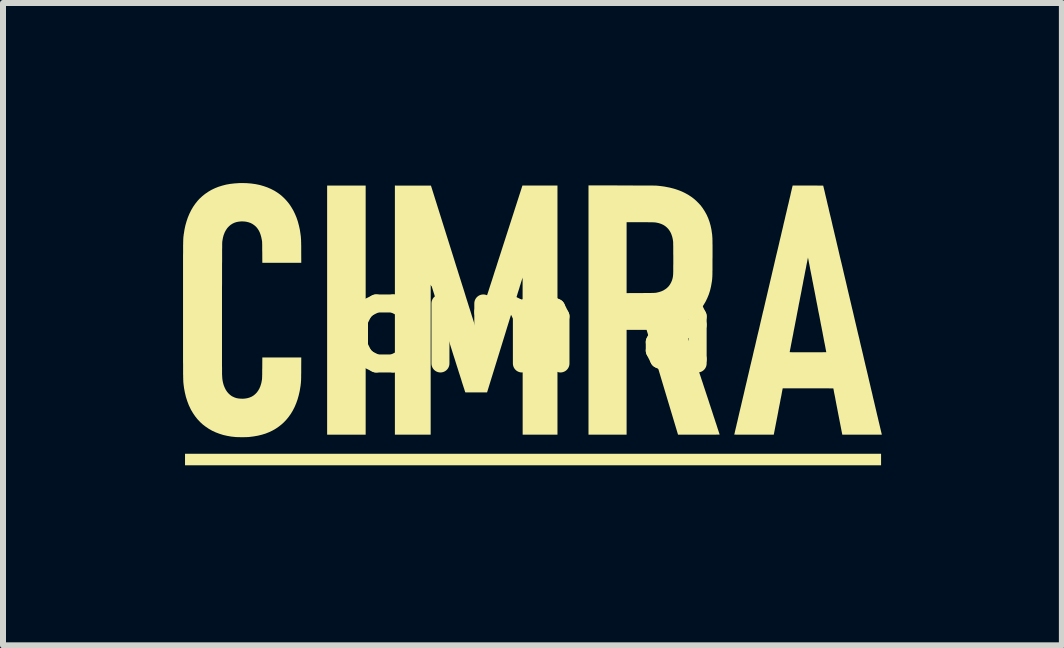
<source format=kicad_pcb>
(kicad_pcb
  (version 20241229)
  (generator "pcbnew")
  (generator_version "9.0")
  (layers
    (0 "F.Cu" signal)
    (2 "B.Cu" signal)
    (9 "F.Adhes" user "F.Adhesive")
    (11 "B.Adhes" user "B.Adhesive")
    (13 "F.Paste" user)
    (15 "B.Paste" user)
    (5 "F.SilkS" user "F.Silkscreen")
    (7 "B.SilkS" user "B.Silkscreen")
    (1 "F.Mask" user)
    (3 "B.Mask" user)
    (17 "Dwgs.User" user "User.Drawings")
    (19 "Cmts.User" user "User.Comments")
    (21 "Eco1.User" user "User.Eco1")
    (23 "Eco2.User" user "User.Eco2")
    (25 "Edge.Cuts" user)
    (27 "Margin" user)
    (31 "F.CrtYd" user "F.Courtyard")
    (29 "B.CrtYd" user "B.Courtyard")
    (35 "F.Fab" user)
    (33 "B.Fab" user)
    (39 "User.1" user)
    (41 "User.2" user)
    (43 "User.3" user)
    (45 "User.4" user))
  (footprint "cimra"
    (layer "F.Cu")
    (at 5.789 2.328)
    (property "Reference" "cimra" (at 0 0 0) (layer "F.SilkS") (effects (font (size 1.5 1.5) (thickness 0.3))))
    (attr board_only exclude_from_pos_files exclude_from_bom)
    (fp_poly (pts (xy -2.746 -0.21) (xy -2.746 1.865) (xy -3.067 1.865) (xy -3.388 1.865) (xy -3.388 -0.21) (xy -3.388 -2.286) (xy -3.067 -2.286) (xy -2.746 -2.286)) (stroke (width 0) (type solid)) (fill yes) (layer "F.SilkS"))
    (fp_poly (pts (xy 5.842 2.279) (xy 5.842 2.375) (xy 0.043 2.375) (xy -5.756 2.375) (xy -5.756 2.279) (xy -5.756 2.183) (xy 0.043 2.183) (xy 5.842 2.183)) (stroke (width 0) (type solid)) (fill yes) (layer "F.SilkS"))
    (fp_poly (pts (xy -1.958 -2.285) (xy -1.658 -2.285) (xy -1.282 -1.088) (xy -1.259 -1.014) (xy -1.236 -0.94) (xy -1.213 -0.868) (xy -1.191 -0.797) (xy -1.169 -0.728) (xy -1.148 -0.661) (xy -1.127 -0.595) (xy -1.107 -0.532) (xy -1.088 -0.47) (xy -1.07 -0.411) (xy -1.052 -0.355) (xy -1.035 -0.301) (xy -1.019 -0.25) (xy -1.003 -0.201) (xy -0.989 -0.156) (xy -0.976 -0.113) (xy -0.963 -0.074) (xy -0.952 -0.039) (xy -0.942 -0.007) (xy -0.933 0.021) (xy -0.925 0.046) (xy -0.918 0.067) (xy -0.913 0.083) (xy -0.909 0.095) (xy -0.907 0.103) (xy -0.905 0.106) (xy -0.905 0.106) (xy -0.905 0.104) (xy -0.902 0.097) (xy -0.899 0.086) (xy -0.893 0.07) (xy -0.887 0.05) (xy -0.879 0.026) (xy -0.87 -0.001) (xy -0.86 -0.033) (xy -0.849 -0.067) (xy -0.837 -0.106) (xy -0.823 -0.147) (xy -0.809 -0.192) (xy -0.793 -0.24) (xy -0.777 -0.291) (xy -0.76 -0.344) (xy -0.742 -0.4) (xy -0.723 -0.459) (xy -0.703 -0.519) (xy -0.683 -0.582) (xy -0.662 -0.647) (xy -0.64 -0.714) (xy -0.618 -0.783) (xy -0.596 -0.853) (xy -0.572 -0.925) (xy -0.549 -0.998) (xy -0.525 -1.073) (xy -0.519 -1.091) (xy -0.134 -2.286) (xy 0.158 -2.286) (xy 0.45 -2.286) (xy 0.45 -0.21) (xy 0.45 1.865) (xy 0.16 1.865) (xy -0.13 1.865) (xy -0.13 0.556) (xy -0.13 0.476) (xy -0.13 0.397) (xy -0.13 0.319) (xy -0.13 0.244) (xy -0.13 0.169) (xy -0.131 0.097) (xy -0.131 0.027) (xy -0.131 -0.042) (xy -0.131 -0.108) (xy -0.131 -0.172) (xy -0.131 -0.233) (xy -0.131 -0.291) (xy -0.131 -0.347) (xy -0.131 -0.4) (xy -0.131 -0.45) (xy -0.131 -0.496) (xy -0.131 -0.539) (xy -0.131 -0.579) (xy -0.131 -0.614) (xy -0.131 -0.647) (xy -0.131 -0.675) (xy -0.131 -0.699) (xy -0.131 -0.718) (xy -0.132 -0.734) (xy -0.132 -0.745) (xy -0.132 -0.751) (xy -0.132 -0.752) (xy -0.133 -0.75) (xy -0.135 -0.743) (xy -0.138 -0.732) (xy -0.143 -0.716) (xy -0.149 -0.696) (xy -0.157 -0.673) (xy -0.165 -0.645) (xy -0.175 -0.615) (xy -0.185 -0.58) (xy -0.197 -0.542) (xy -0.21 -0.502) (xy -0.223 -0.458) (xy -0.238 -0.411) (xy -0.253 -0.362) (xy -0.269 -0.31) (xy -0.286 -0.256) (xy -0.303 -0.199) (xy -0.321 -0.141) (xy -0.34 -0.081) (xy -0.359 -0.019) (xy -0.379 0.045) (xy -0.399 0.11) (xy -0.419 0.176) (xy -0.428 0.205) (xy -0.723 1.16) (xy -0.904 1.161) (xy -0.938 1.161) (xy -0.968 1.161) (xy -0.993 1.161) (xy -1.015 1.161) (xy -1.033 1.161) (xy -1.047 1.161) (xy -1.059 1.161) (xy -1.068 1.161) (xy -1.075 1.16) (xy -1.08 1.16) (xy -1.083 1.159) (xy -1.085 1.159) (xy -1.087 1.158) (xy -1.087 1.157) (xy -1.088 1.155) (xy -1.09 1.147) (xy -1.094 1.136) (xy -1.099 1.12) (xy -1.105 1.1) (xy -1.113 1.077) (xy -1.122 1.049) (xy -1.132 1.018) (xy -1.143 0.984) (xy -1.154 0.946) (xy -1.167 0.906) (xy -1.181 0.862) (xy -1.196 0.816) (xy -1.211 0.767) (xy -1.228 0.715) (xy -1.245 0.661) (xy -1.262 0.606) (xy -1.281 0.548) (xy -1.3 0.488) (xy -1.319 0.427) (xy -1.339 0.364) (xy -1.359 0.3) (xy -1.376 0.247) (xy -1.662 -0.658) (xy -1.663 0.604) (xy -1.663 1.865) (xy -1.961 1.865) (xy -2.259 1.865) (xy -2.259 -0.21) (xy -2.259 -2.286)) (stroke (width 0) (type solid)) (fill yes) (layer "F.SilkS"))
    (fp_poly (pts (xy 1.523 -2.288) (xy 1.591 -2.288) (xy 1.654 -2.288) (xy 1.712 -2.287) (xy 1.766 -2.287) (xy 1.815 -2.287) (xy 1.861 -2.287) (xy 1.902 -2.287) (xy 1.938 -2.287) (xy 1.971 -2.286) (xy 2 -2.286) (xy 2.026 -2.286) (xy 2.048 -2.286) (xy 2.066 -2.285) (xy 2.081 -2.285) (xy 2.093 -2.285) (xy 2.101 -2.284) (xy 2.107 -2.284) (xy 2.108 -2.284) (xy 2.138 -2.281) (xy 2.165 -2.278) (xy 2.189 -2.275) (xy 2.211 -2.272) (xy 2.232 -2.269) (xy 2.248 -2.266) (xy 2.321 -2.252) (xy 2.391 -2.234) (xy 2.458 -2.212) (xy 2.522 -2.187) (xy 2.582 -2.158) (xy 2.638 -2.126) (xy 2.692 -2.09) (xy 2.719 -2.069) (xy 2.735 -2.056) (xy 2.752 -2.041) (xy 2.771 -2.023) (xy 2.789 -2.005) (xy 2.807 -1.987) (xy 2.822 -1.97) (xy 2.833 -1.959) (xy 2.871 -1.908) (xy 2.905 -1.855) (xy 2.936 -1.799) (xy 2.962 -1.741) (xy 2.984 -1.68) (xy 3.002 -1.616) (xy 3.016 -1.549) (xy 3.025 -1.485) (xy 3.027 -1.473) (xy 3.028 -1.46) (xy 3.029 -1.447) (xy 3.03 -1.433) (xy 3.031 -1.419) (xy 3.032 -1.402) (xy 3.032 -1.385) (xy 3.033 -1.365) (xy 3.033 -1.343) (xy 3.033 -1.318) (xy 3.034 -1.291) (xy 3.034 -1.26) (xy 3.034 -1.226) (xy 3.034 -1.188) (xy 3.034 -1.146) (xy 3.034 -1.1) (xy 3.033 -1.062) (xy 3.033 -1.016) (xy 3.033 -0.976) (xy 3.033 -0.939) (xy 3.033 -0.907) (xy 3.033 -0.878) (xy 3.032 -0.852) (xy 3.032 -0.829) (xy 3.032 -0.809) (xy 3.031 -0.792) (xy 3.031 -0.776) (xy 3.03 -0.762) (xy 3.029 -0.749) (xy 3.028 -0.737) (xy 3.028 -0.727) (xy 3.026 -0.716) (xy 3.025 -0.705) (xy 3.024 -0.695) (xy 3.022 -0.683) (xy 3.02 -0.671) (xy 3.02 -0.671) (xy 3.008 -0.602) (xy 2.992 -0.536) (xy 2.972 -0.473) (xy 2.947 -0.412) (xy 2.919 -0.354) (xy 2.886 -0.298) (xy 2.85 -0.245) (xy 2.835 -0.226) (xy 2.824 -0.214) (xy 2.811 -0.198) (xy 2.795 -0.182) (xy 2.778 -0.165) (xy 2.761 -0.148) (xy 2.743 -0.131) (xy 2.728 -0.117) (xy 2.714 -0.105) (xy 2.709 -0.102) (xy 2.674 -0.075) (xy 2.639 -0.052) (xy 2.602 -0.03) (xy 2.57 -0.012) (xy 2.559 -0.006) (xy 2.551 -0.001) (xy 2.545 0.002) (xy 2.542 0.004) (xy 2.542 0.004) (xy 2.543 0.007) (xy 2.545 0.014) (xy 2.549 0.025) (xy 2.554 0.04) (xy 2.56 0.06) (xy 2.568 0.083) (xy 2.577 0.11) (xy 2.587 0.141) (xy 2.598 0.175) (xy 2.61 0.213) (xy 2.624 0.253) (xy 2.638 0.297) (xy 2.653 0.343) (xy 2.669 0.392) (xy 2.686 0.443) (xy 2.704 0.497) (xy 2.722 0.552) (xy 2.741 0.61) (xy 2.76 0.67) (xy 2.781 0.731) (xy 2.801 0.794) (xy 2.822 0.858) (xy 2.844 0.924) (xy 2.847 0.934) (xy 2.869 0.999) (xy 2.89 1.064) (xy 2.911 1.127) (xy 2.931 1.188) (xy 2.951 1.248) (xy 2.97 1.306) (xy 2.988 1.362) (xy 3.006 1.416) (xy 3.023 1.468) (xy 3.039 1.517) (xy 3.054 1.564) (xy 3.069 1.608) (xy 3.082 1.649) (xy 3.095 1.687) (xy 3.106 1.721) (xy 3.116 1.753) (xy 3.125 1.78) (xy 3.133 1.804) (xy 3.14 1.825) (xy 3.145 1.841) (xy 3.149 1.853) (xy 3.151 1.86) (xy 3.152 1.863) (xy 3.152 1.863) (xy 3.15 1.864) (xy 3.143 1.864) (xy 3.131 1.864) (xy 3.116 1.864) (xy 3.097 1.864) (xy 3.074 1.865) (xy 3.048 1.865) (xy 3.018 1.865) (xy 2.987 1.865) (xy 2.952 1.865) (xy 2.916 1.865) (xy 2.878 1.865) (xy 2.838 1.865) (xy 2.806 1.865) (xy 2.459 1.865) (xy 2.197 0.992) (xy 1.935 0.118) (xy 1.769 0.118) (xy 1.602 0.118) (xy 1.602 0.992) (xy 1.602 1.865) (xy 1.285 1.865) (xy 0.967 1.865) (xy 0.967 -0.212) (xy 0.967 -1.676) (xy 1.602 -1.676) (xy 1.602 -1.085) (xy 1.602 -0.494) (xy 1.835 -0.495) (xy 1.875 -0.495) (xy 1.91 -0.496) (xy 1.941 -0.496) (xy 1.968 -0.496) (xy 1.991 -0.496) (xy 2.011 -0.496) (xy 2.028 -0.497) (xy 2.042 -0.497) (xy 2.054 -0.497) (xy 2.064 -0.498) (xy 2.073 -0.498) (xy 2.08 -0.499) (xy 2.086 -0.499) (xy 2.091 -0.5) (xy 2.094 -0.5) (xy 2.137 -0.51) (xy 2.177 -0.522) (xy 2.213 -0.538) (xy 2.246 -0.558) (xy 2.276 -0.581) (xy 2.302 -0.607) (xy 2.324 -0.637) (xy 2.343 -0.67) (xy 2.358 -0.706) (xy 2.366 -0.732) (xy 2.368 -0.741) (xy 2.37 -0.748) (xy 2.371 -0.756) (xy 2.373 -0.763) (xy 2.374 -0.772) (xy 2.375 -0.781) (xy 2.376 -0.791) (xy 2.377 -0.802) (xy 2.378 -0.815) (xy 2.378 -0.83) (xy 2.379 -0.848) (xy 2.379 -0.868) (xy 2.379 -0.891) (xy 2.379 -0.918) (xy 2.379 -0.948) (xy 2.38 -0.982) (xy 2.38 -1.02) (xy 2.38 -1.062) (xy 2.38 -1.072) (xy 2.38 -1.114) (xy 2.379 -1.153) (xy 2.379 -1.189) (xy 2.379 -1.222) (xy 2.379 -1.252) (xy 2.379 -1.279) (xy 2.378 -1.302) (xy 2.378 -1.321) (xy 2.378 -1.336) (xy 2.377 -1.347) (xy 2.377 -1.352) (xy 2.371 -1.394) (xy 2.362 -1.433) (xy 2.35 -1.469) (xy 2.339 -1.496) (xy 2.32 -1.53) (xy 2.298 -1.561) (xy 2.273 -1.587) (xy 2.245 -1.611) (xy 2.213 -1.631) (xy 2.178 -1.647) (xy 2.139 -1.66) (xy 2.097 -1.669) (xy 2.092 -1.67) (xy 2.087 -1.671) (xy 2.081 -1.671) (xy 2.075 -1.672) (xy 2.068 -1.672) (xy 2.059 -1.673) (xy 2.048 -1.673) (xy 2.035 -1.674) (xy 2.019 -1.674) (xy 2.001 -1.674) (xy 1.98 -1.674) (xy 1.955 -1.675) (xy 1.926 -1.675) (xy 1.893 -1.675) (xy 1.856 -1.675) (xy 1.834 -1.675) (xy 1.602 -1.676) (xy 0.967 -1.676) (xy 0.967 -2.289)) (stroke (width 0) (type solid)) (fill yes) (layer "F.SilkS"))
    (fp_poly (pts (xy 4.658 -2.286) (xy 4.691 -2.286) (xy 4.723 -2.286) (xy 4.753 -2.286) (xy 4.78 -2.286) (xy 4.805 -2.285) (xy 4.827 -2.285) (xy 4.845 -2.285) (xy 4.859 -2.285) (xy 4.87 -2.285) (xy 4.876 -2.284) (xy 4.878 -2.284) (xy 4.879 -2.282) (xy 4.88 -2.275) (xy 4.883 -2.263) (xy 4.887 -2.247) (xy 4.892 -2.226) (xy 4.898 -2.201) (xy 4.905 -2.172) (xy 4.912 -2.14) (xy 4.921 -2.103) (xy 4.931 -2.062) (xy 4.941 -2.018) (xy 4.952 -1.97) (xy 4.965 -1.918) (xy 4.977 -1.863) (xy 4.991 -1.805) (xy 5.006 -1.744) (xy 5.021 -1.68) (xy 5.036 -1.613) (xy 5.053 -1.543) (xy 5.07 -1.47) (xy 5.088 -1.395) (xy 5.106 -1.317) (xy 5.125 -1.237) (xy 5.144 -1.154) (xy 5.164 -1.069) (xy 5.185 -0.983) (xy 5.206 -0.894) (xy 5.227 -0.803) (xy 5.249 -0.711) (xy 5.271 -0.617) (xy 5.293 -0.522) (xy 5.316 -0.425) (xy 5.339 -0.327) (xy 5.362 -0.228) (xy 5.366 -0.214) (xy 5.389 -0.115) (xy 5.412 -0.016) (xy 5.435 0.081) (xy 5.457 0.176) (xy 5.48 0.27) (xy 5.501 0.363) (xy 5.523 0.454) (xy 5.544 0.543) (xy 5.564 0.63) (xy 5.584 0.715) (xy 5.604 0.798) (xy 5.623 0.878) (xy 5.641 0.957) (xy 5.659 1.032) (xy 5.676 1.106) (xy 5.693 1.176) (xy 5.708 1.244) (xy 5.724 1.309) (xy 5.738 1.37) (xy 5.752 1.429) (xy 5.765 1.485) (xy 5.777 1.537) (xy 5.789 1.585) (xy 5.799 1.63) (xy 5.809 1.671) (xy 5.818 1.709) (xy 5.826 1.743) (xy 5.833 1.772) (xy 5.839 1.798) (xy 5.844 1.819) (xy 5.848 1.836) (xy 5.851 1.848) (xy 5.853 1.856) (xy 5.853 1.86) (xy 5.853 1.86) (xy 5.855 1.865) (xy 5.525 1.865) (xy 5.196 1.865) (xy 5.121 1.481) (xy 5.113 1.438) (xy 5.105 1.397) (xy 5.097 1.357) (xy 5.09 1.319) (xy 5.083 1.283) (xy 5.077 1.249) (xy 5.071 1.218) (xy 5.065 1.19) (xy 5.06 1.165) (xy 5.056 1.143) (xy 5.053 1.125) (xy 5.05 1.111) (xy 5.048 1.101) (xy 5.047 1.096) (xy 5.047 1.094) (xy 5.045 1.094) (xy 5.037 1.094) (xy 5.026 1.094) (xy 5.01 1.094) (xy 4.991 1.094) (xy 4.967 1.093) (xy 4.941 1.093) (xy 4.911 1.093) (xy 4.878 1.093) (xy 4.843 1.093) (xy 4.805 1.093) (xy 4.765 1.093) (xy 4.723 1.093) (xy 4.68 1.093) (xy 4.635 1.093) (xy 4.625 1.093) (xy 4.203 1.093) (xy 4.201 1.103) (xy 4.2 1.107) (xy 4.199 1.115) (xy 4.196 1.127) (xy 4.193 1.144) (xy 4.189 1.164) (xy 4.185 1.188) (xy 4.18 1.215) (xy 4.174 1.245) (xy 4.167 1.277) (xy 4.161 1.312) (xy 4.154 1.349) (xy 4.146 1.388) (xy 4.138 1.429) (xy 4.13 1.471) (xy 4.127 1.49) (xy 4.054 1.865) (xy 3.725 1.865) (xy 3.685 1.865) (xy 3.647 1.865) (xy 3.61 1.865) (xy 3.575 1.865) (xy 3.543 1.865) (xy 3.512 1.865) (xy 3.485 1.865) (xy 3.461 1.865) (xy 3.44 1.865) (xy 3.423 1.864) (xy 3.41 1.864) (xy 3.401 1.864) (xy 3.396 1.864) (xy 3.396 1.864) (xy 3.396 1.861) (xy 3.398 1.854) (xy 3.401 1.843) (xy 3.405 1.826) (xy 3.409 1.806) (xy 3.415 1.781) (xy 3.422 1.752) (xy 3.43 1.719) (xy 3.438 1.682) (xy 3.448 1.642) (xy 3.458 1.597) (xy 3.469 1.55) (xy 3.481 1.498) (xy 3.494 1.443) (xy 3.508 1.385) (xy 3.522 1.324) (xy 3.537 1.26) (xy 3.553 1.193) (xy 3.569 1.123) (xy 3.586 1.05) (xy 3.604 0.975) (xy 3.622 0.897) (xy 3.641 0.817) (xy 3.66 0.734) (xy 3.68 0.65) (xy 3.701 0.563) (xy 3.718 0.488) (xy 4.319 0.488) (xy 4.319 0.488) (xy 4.32 0.489) (xy 4.321 0.49) (xy 4.324 0.49) (xy 4.327 0.49) (xy 4.333 0.491) (xy 4.34 0.491) (xy 4.349 0.491) (xy 4.361 0.492) (xy 4.375 0.492) (xy 4.392 0.492) (xy 4.412 0.492) (xy 4.435 0.492) (xy 4.462 0.492) (xy 4.493 0.492) (xy 4.528 0.492) (xy 4.567 0.492) (xy 4.611 0.492) (xy 4.623 0.492) (xy 4.662 0.492) (xy 4.699 0.492) (xy 4.734 0.492) (xy 4.767 0.492) (xy 4.798 0.492) (xy 4.827 0.492) (xy 4.852 0.492) (xy 4.875 0.491) (xy 4.894 0.491) (xy 4.909 0.491) (xy 4.92 0.491) (xy 4.927 0.491) (xy 4.929 0.49) (xy 4.929 0.488) (xy 4.927 0.48) (xy 4.925 0.469) (xy 4.922 0.453) (xy 4.918 0.433) (xy 4.914 0.41) (xy 4.909 0.383) (xy 4.903 0.352) (xy 4.896 0.319) (xy 4.889 0.283) (xy 4.882 0.244) (xy 4.874 0.203) (xy 4.866 0.159) (xy 4.857 0.114) (xy 4.848 0.066) (xy 4.838 0.018) (xy 4.829 -0.032) (xy 4.819 -0.084) (xy 4.809 -0.136) (xy 4.798 -0.188) (xy 4.788 -0.242) (xy 4.778 -0.295) (xy 4.767 -0.349) (xy 4.757 -0.402) (xy 4.747 -0.455) (xy 4.737 -0.507) (xy 4.727 -0.558) (xy 4.717 -0.608) (xy 4.708 -0.657) (xy 4.698 -0.704) (xy 4.69 -0.75) (xy 4.681 -0.794) (xy 4.673 -0.835) (xy 4.665 -0.874) (xy 4.658 -0.911) (xy 4.652 -0.945) (xy 4.646 -0.975) (xy 4.64 -1.003) (xy 4.636 -1.026) (xy 4.632 -1.047) (xy 4.629 -1.063) (xy 4.626 -1.075) (xy 4.625 -1.083) (xy 4.624 -1.086) (xy 4.624 -1.086) (xy 4.623 -1.083) (xy 4.622 -1.077) (xy 4.62 -1.065) (xy 4.616 -1.049) (xy 4.613 -1.03) (xy 4.608 -1.006) (xy 4.602 -0.978) (xy 4.596 -0.947) (xy 4.59 -0.913) (xy 4.582 -0.875) (xy 4.574 -0.834) (xy 4.566 -0.791) (xy 4.557 -0.745) (xy 4.547 -0.696) (xy 4.538 -0.645) (xy 4.527 -0.591) (xy 4.517 -0.536) (xy 4.506 -0.479) (xy 4.494 -0.42) (xy 4.483 -0.36) (xy 4.471 -0.302) (xy 4.46 -0.241) (xy 4.448 -0.18) (xy 4.437 -0.122) (xy 4.426 -0.065) (xy 4.415 -0.009) (xy 4.405 0.044) (xy 4.395 0.095) (xy 4.385 0.144) (xy 4.377 0.191) (xy 4.368 0.235) (xy 4.36 0.275) (xy 4.353 0.313) (xy 4.346 0.348) (xy 4.34 0.379) (xy 4.335 0.407) (xy 4.33 0.431) (xy 4.326 0.451) (xy 4.323 0.467) (xy 4.321 0.478) (xy 4.32 0.485) (xy 4.319 0.488) (xy 3.718 0.488) (xy 3.721 0.474) (xy 3.743 0.384) (xy 3.764 0.292) (xy 3.786 0.198) (xy 3.809 0.103) (xy 3.831 0.006) (xy 3.854 -0.092) (xy 3.877 -0.191) (xy 3.88 -0.2) (xy 3.903 -0.299) (xy 3.926 -0.398) (xy 3.949 -0.495) (xy 3.971 -0.59) (xy 3.993 -0.684) (xy 4.015 -0.777) (xy 4.036 -0.868) (xy 4.057 -0.957) (xy 4.077 -1.044) (xy 4.097 -1.129) (xy 4.117 -1.212) (xy 4.136 -1.292) (xy 4.154 -1.371) (xy 4.172 -1.446) (xy 4.189 -1.52) (xy 4.206 -1.59) (xy 4.221 -1.658) (xy 4.237 -1.723) (xy 4.251 -1.785) (xy 4.265 -1.843) (xy 4.278 -1.899) (xy 4.29 -1.951) (xy 4.302 -1.999) (xy 4.312 -2.044) (xy 4.322 -2.086) (xy 4.331 -2.123) (xy 4.338 -2.157) (xy 4.345 -2.187) (xy 4.351 -2.212) (xy 4.356 -2.234) (xy 4.36 -2.251) (xy 4.363 -2.263) (xy 4.365 -2.271) (xy 4.366 -2.274) (xy 4.366 -2.274) (xy 4.369 -2.286) (xy 4.623 -2.286)) (stroke (width 0) (type solid)) (fill yes) (layer "F.SilkS"))
    (fp_poly (pts (xy -4.727 -2.326) (xy -4.653 -2.32) (xy -4.581 -2.31) (xy -4.512 -2.296) (xy -4.446 -2.277) (xy -4.383 -2.255) (xy -4.323 -2.229) (xy -4.265 -2.199) (xy -4.249 -2.189) (xy -4.197 -2.155) (xy -4.148 -2.117) (xy -4.103 -2.075) (xy -4.061 -2.03) (xy -4.021 -1.981) (xy -3.986 -1.929) (xy -3.953 -1.873) (xy -3.924 -1.814) (xy -3.898 -1.752) (xy -3.876 -1.687) (xy -3.858 -1.619) (xy -3.842 -1.547) (xy -3.833 -1.486) (xy -3.831 -1.471) (xy -3.829 -1.456) (xy -3.827 -1.443) (xy -3.826 -1.43) (xy -3.825 -1.417) (xy -3.824 -1.403) (xy -3.823 -1.388) (xy -3.822 -1.372) (xy -3.822 -1.354) (xy -3.821 -1.334) (xy -3.821 -1.311) (xy -3.82 -1.284) (xy -3.82 -1.254) (xy -3.82 -1.22) (xy -3.82 -1.19) (xy -3.819 -0.999) (xy -4.144 -0.999) (xy -4.468 -0.999) (xy -4.469 -1.173) (xy -4.47 -1.207) (xy -4.47 -1.236) (xy -4.47 -1.261) (xy -4.47 -1.282) (xy -4.47 -1.3) (xy -4.471 -1.316) (xy -4.471 -1.328) (xy -4.471 -1.339) (xy -4.472 -1.348) (xy -4.472 -1.355) (xy -4.473 -1.362) (xy -4.474 -1.368) (xy -4.475 -1.374) (xy -4.476 -1.379) (xy -4.485 -1.424) (xy -4.496 -1.464) (xy -4.509 -1.501) (xy -4.525 -1.534) (xy -4.544 -1.564) (xy -4.55 -1.572) (xy -4.574 -1.601) (xy -4.602 -1.625) (xy -4.632 -1.646) (xy -4.665 -1.663) (xy -4.701 -1.675) (xy -4.74 -1.684) (xy -4.775 -1.688) (xy -4.818 -1.689) (xy -4.859 -1.685) (xy -4.898 -1.678) (xy -4.934 -1.666) (xy -4.967 -1.65) (xy -4.998 -1.63) (xy -5.025 -1.606) (xy -5.051 -1.578) (xy -5.073 -1.546) (xy -5.093 -1.51) (xy -5.104 -1.482) (xy -5.112 -1.462) (xy -5.118 -1.441) (xy -5.124 -1.417) (xy -5.129 -1.391) (xy -5.134 -1.36) (xy -5.136 -1.346) (xy -5.136 -1.342) (xy -5.136 -1.333) (xy -5.137 -1.32) (xy -5.137 -1.302) (xy -5.137 -1.28) (xy -5.137 -1.254) (xy -5.138 -1.225) (xy -5.138 -1.192) (xy -5.138 -1.155) (xy -5.138 -1.115) (xy -5.138 -1.073) (xy -5.138 -1.027) (xy -5.139 -0.979) (xy -5.139 -0.928) (xy -5.139 -0.876) (xy -5.139 -0.821) (xy -5.139 -0.764) (xy -5.139 -0.706) (xy -5.139 -0.646) (xy -5.14 -0.585) (xy -5.14 -0.523) (xy -5.14 -0.46) (xy -5.14 -0.397) (xy -5.14 -0.333) (xy -5.14 -0.268) (xy -5.14 -0.204) (xy -5.14 -0.139) (xy -5.14 -0.075) (xy -5.14 -0.012) (xy -5.14 0.051) (xy -5.14 0.113) (xy -5.14 0.174) (xy -5.14 0.234) (xy -5.14 0.292) (xy -5.14 0.349) (xy -5.14 0.404) (xy -5.14 0.457) (xy -5.14 0.508) (xy -5.14 0.556) (xy -5.14 0.601) (xy -5.14 0.644) (xy -5.14 0.684) (xy -5.14 0.721) (xy -5.139 0.754) (xy -5.139 0.784) (xy -5.139 0.81) (xy -5.139 0.832) (xy -5.139 0.85) (xy -5.139 0.863) (xy -5.138 0.873) (xy -5.138 0.875) (xy -5.137 0.893) (xy -5.136 0.91) (xy -5.135 0.927) (xy -5.133 0.941) (xy -5.132 0.952) (xy -5.132 0.954) (xy -5.123 0.999) (xy -5.111 1.042) (xy -5.095 1.081) (xy -5.077 1.117) (xy -5.056 1.149) (xy -5.031 1.178) (xy -5.004 1.203) (xy -4.975 1.224) (xy -4.942 1.24) (xy -4.928 1.246) (xy -4.897 1.256) (xy -4.863 1.262) (xy -4.827 1.265) (xy -4.791 1.266) (xy -4.754 1.263) (xy -4.719 1.257) (xy -4.686 1.248) (xy -4.678 1.245) (xy -4.645 1.231) (xy -4.614 1.212) (xy -4.586 1.189) (xy -4.56 1.162) (xy -4.538 1.132) (xy -4.518 1.098) (xy -4.502 1.061) (xy -4.489 1.02) (xy -4.483 0.997) (xy -4.481 0.986) (xy -4.479 0.975) (xy -4.477 0.966) (xy -4.476 0.957) (xy -4.474 0.947) (xy -4.473 0.937) (xy -4.472 0.926) (xy -4.472 0.913) (xy -4.471 0.898) (xy -4.471 0.881) (xy -4.47 0.861) (xy -4.47 0.838) (xy -4.47 0.811) (xy -4.47 0.78) (xy -4.469 0.751) (xy -4.468 0.578) (xy -4.144 0.578) (xy -3.819 0.578) (xy -3.82 0.768) (xy -3.82 0.806) (xy -3.82 0.839) (xy -3.821 0.868) (xy -3.821 0.894) (xy -3.821 0.916) (xy -3.822 0.936) (xy -3.822 0.953) (xy -3.823 0.969) (xy -3.824 0.983) (xy -3.825 0.997) (xy -3.826 1.01) (xy -3.828 1.023) (xy -3.829 1.037) (xy -3.831 1.052) (xy -3.833 1.063) (xy -3.845 1.137) (xy -3.861 1.207) (xy -3.88 1.275) (xy -3.903 1.34) (xy -3.929 1.402) (xy -3.959 1.461) (xy -3.992 1.516) (xy -4.029 1.568) (xy -4.069 1.617) (xy -4.112 1.662) (xy -4.144 1.691) (xy -4.193 1.73) (xy -4.244 1.765) (xy -4.298 1.796) (xy -4.355 1.823) (xy -4.415 1.847) (xy -4.478 1.866) (xy -4.544 1.882) (xy -4.613 1.894) (xy -4.685 1.903) (xy -4.705 1.905) (xy -4.718 1.905) (xy -4.736 1.906) (xy -4.756 1.906) (xy -4.779 1.907) (xy -4.803 1.907) (xy -4.827 1.907) (xy -4.85 1.906) (xy -4.872 1.906) (xy -4.891 1.905) (xy -4.907 1.905) (xy -4.912 1.904) (xy -4.983 1.897) (xy -5.052 1.885) (xy -5.119 1.87) (xy -5.182 1.85) (xy -5.243 1.827) (xy -5.302 1.8) (xy -5.357 1.769) (xy -5.409 1.734) (xy -5.459 1.696) (xy -5.505 1.654) (xy -5.548 1.608) (xy -5.587 1.559) (xy -5.623 1.506) (xy -5.656 1.451) (xy -5.665 1.433) (xy -5.694 1.371) (xy -5.719 1.305) (xy -5.741 1.236) (xy -5.758 1.165) (xy -5.772 1.091) (xy -5.779 1.038) (xy -5.78 1.032) (xy -5.78 1.025) (xy -5.781 1.019) (xy -5.782 1.013) (xy -5.782 1.007) (xy -5.783 1) (xy -5.784 0.994) (xy -5.784 0.987) (xy -5.785 0.979) (xy -5.785 0.97) (xy -5.785 0.961) (xy -5.786 0.95) (xy -5.786 0.939) (xy -5.786 0.926) (xy -5.787 0.911) (xy -5.787 0.895) (xy -5.787 0.877) (xy -5.788 0.858) (xy -5.788 0.836) (xy -5.788 0.812) (xy -5.788 0.786) (xy -5.788 0.758) (xy -5.788 0.727) (xy -5.788 0.693) (xy -5.789 0.656) (xy -5.789 0.616) (xy -5.789 0.573) (xy -5.789 0.527) (xy -5.789 0.478) (xy -5.789 0.425) (xy -5.789 0.368) (xy -5.789 0.307) (xy -5.789 0.243) (xy -5.789 0.174) (xy -5.789 0.101) (xy -5.789 0.024) (xy -5.789 -0.058) (xy -5.789 -0.145) (xy -5.789 -0.213) (xy -5.789 -0.303) (xy -5.789 -0.389) (xy -5.789 -0.47) (xy -5.789 -0.546) (xy -5.789 -0.618) (xy -5.789 -0.686) (xy -5.789 -0.75) (xy -5.789 -0.81) (xy -5.789 -0.866) (xy -5.789 -0.918) (xy -5.789 -0.967) (xy -5.789 -1.013) (xy -5.789 -1.055) (xy -5.789 -1.094) (xy -5.789 -1.13) (xy -5.788 -1.164) (xy -5.788 -1.194) (xy -5.788 -1.222) (xy -5.788 -1.248) (xy -5.788 -1.271) (xy -5.788 -1.293) (xy -5.787 -1.312) (xy -5.787 -1.329) (xy -5.787 -1.345) (xy -5.786 -1.359) (xy -5.786 -1.372) (xy -5.786 -1.383) (xy -5.785 -1.394) (xy -5.785 -1.403) (xy -5.784 -1.411) (xy -5.784 -1.419) (xy -5.783 -1.426) (xy -5.782 -1.432) (xy -5.782 -1.439) (xy -5.781 -1.445) (xy -5.78 -1.451) (xy -5.779 -1.457) (xy -5.779 -1.463) (xy -5.778 -1.47) (xy -5.777 -1.477) (xy -5.776 -1.48) (xy -5.765 -1.552) (xy -5.75 -1.622) (xy -5.731 -1.689) (xy -5.709 -1.754) (xy -5.683 -1.816) (xy -5.654 -1.875) (xy -5.622 -1.93) (xy -5.586 -1.982) (xy -5.547 -2.031) (xy -5.518 -2.063) (xy -5.472 -2.106) (xy -5.424 -2.145) (xy -5.372 -2.181) (xy -5.318 -2.213) (xy -5.26 -2.241) (xy -5.2 -2.265) (xy -5.136 -2.285) (xy -5.07 -2.302) (xy -5.001 -2.314) (xy -4.929 -2.322) (xy -4.855 -2.327) (xy -4.804 -2.328)) (stroke (width 0) (type solid)) (fill yes) (layer "F.SilkS")))
  (gr_rect
    (start -3 -3)
    (end 14.644 7.703)
    (stroke (width 0.1) (type default))
    (fill no)
    (layer "Edge.Cuts")))
</source>
